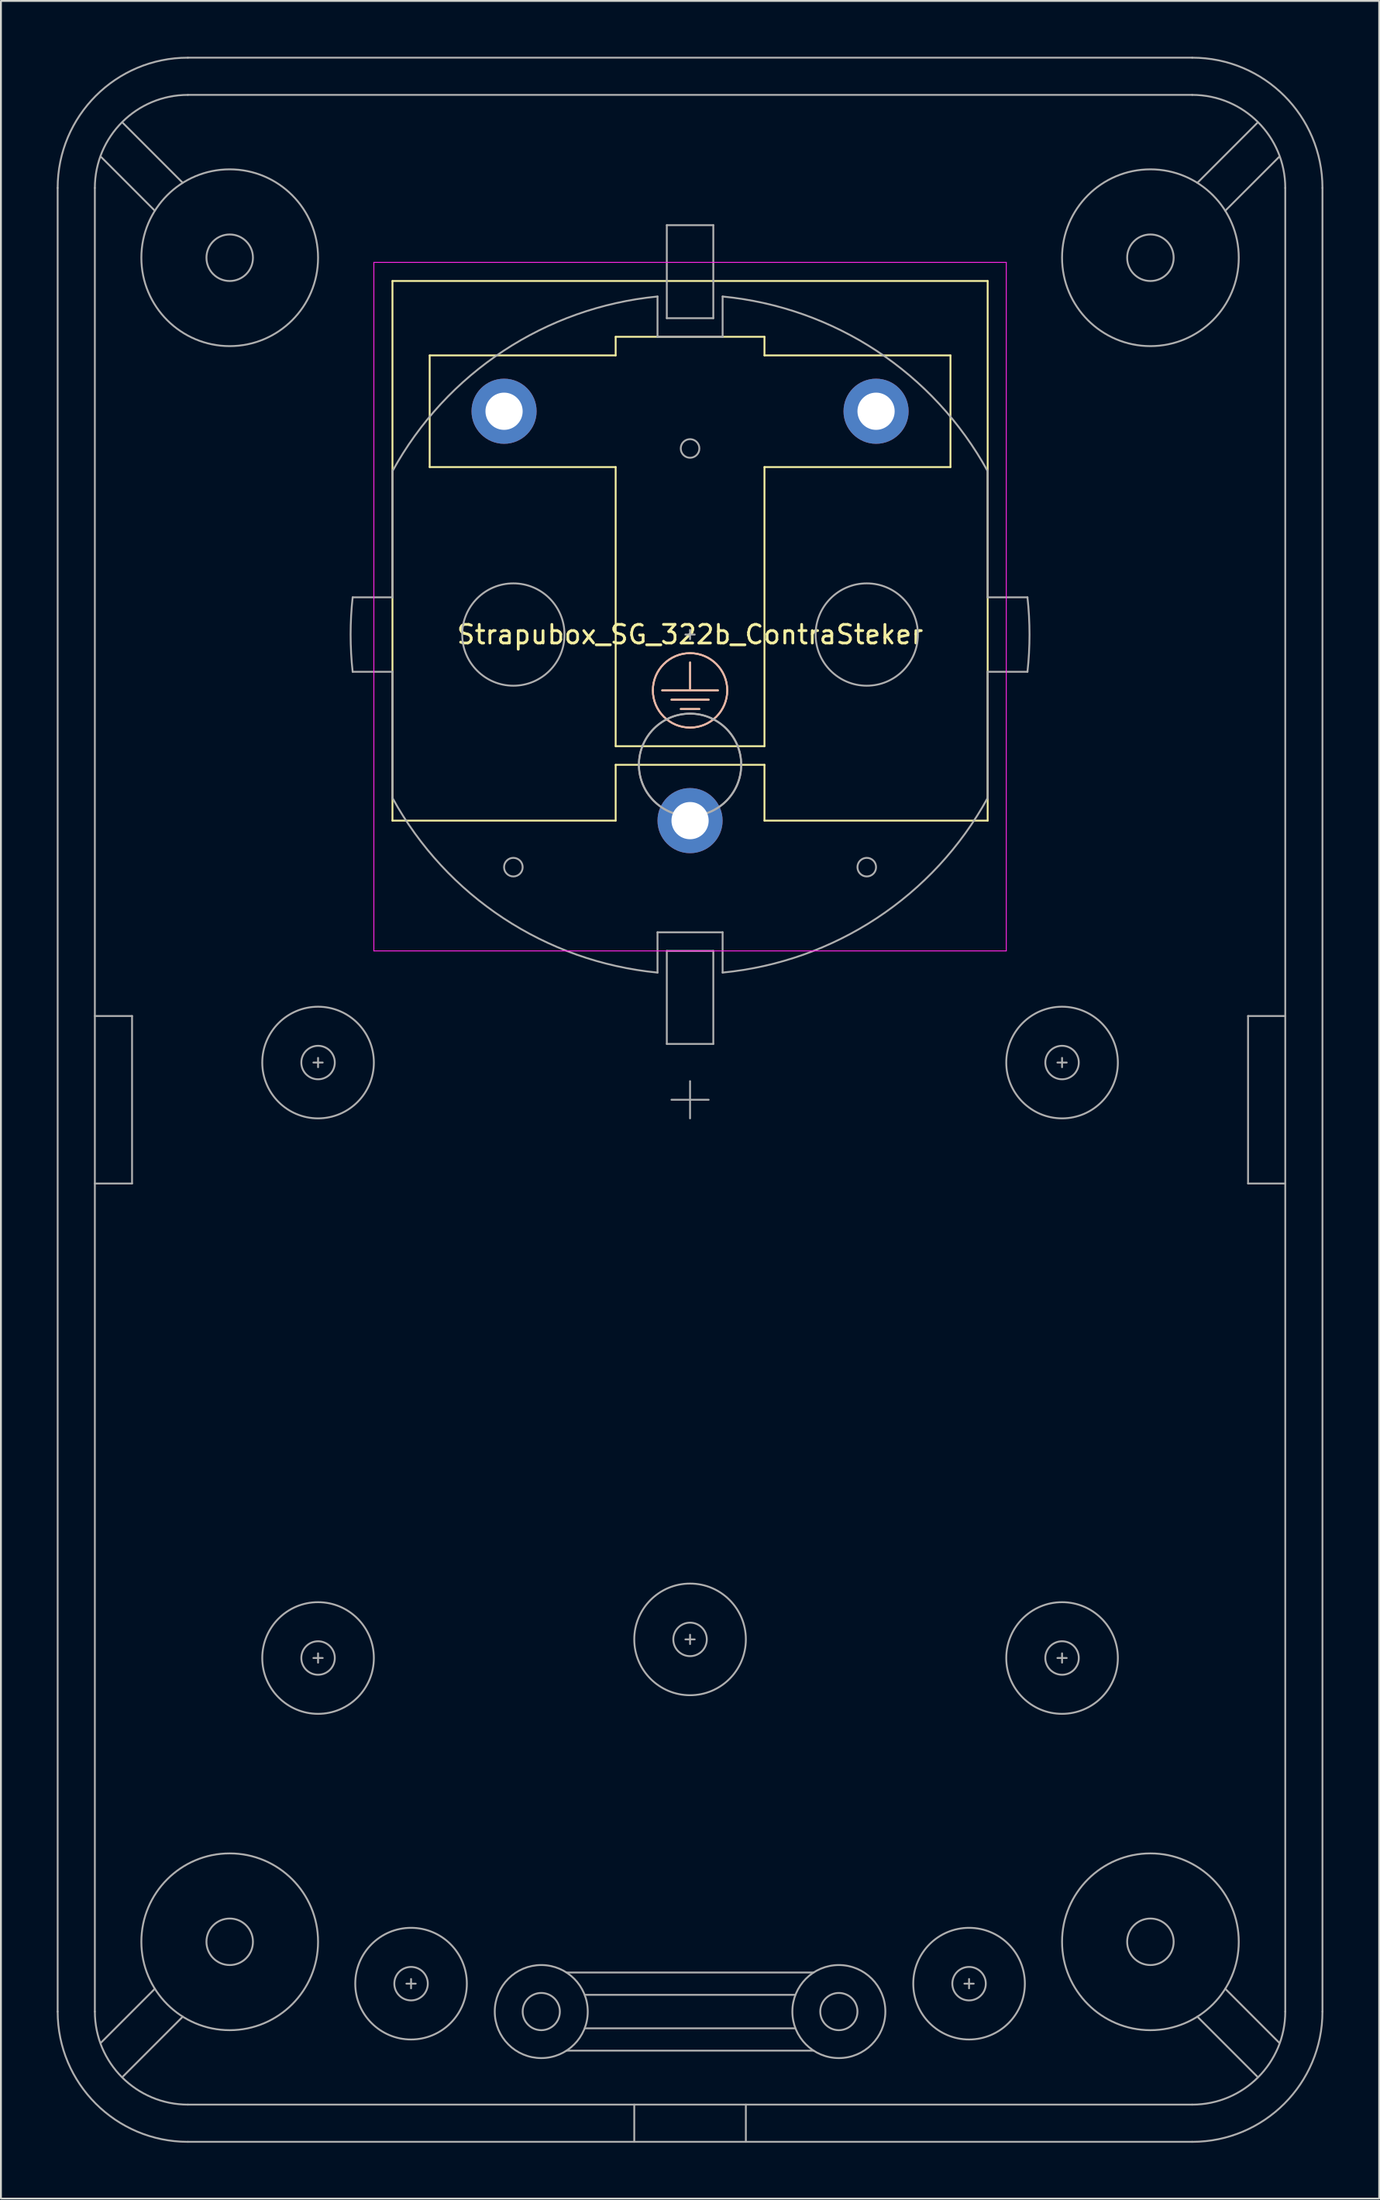
<source format=kicad_pcb>
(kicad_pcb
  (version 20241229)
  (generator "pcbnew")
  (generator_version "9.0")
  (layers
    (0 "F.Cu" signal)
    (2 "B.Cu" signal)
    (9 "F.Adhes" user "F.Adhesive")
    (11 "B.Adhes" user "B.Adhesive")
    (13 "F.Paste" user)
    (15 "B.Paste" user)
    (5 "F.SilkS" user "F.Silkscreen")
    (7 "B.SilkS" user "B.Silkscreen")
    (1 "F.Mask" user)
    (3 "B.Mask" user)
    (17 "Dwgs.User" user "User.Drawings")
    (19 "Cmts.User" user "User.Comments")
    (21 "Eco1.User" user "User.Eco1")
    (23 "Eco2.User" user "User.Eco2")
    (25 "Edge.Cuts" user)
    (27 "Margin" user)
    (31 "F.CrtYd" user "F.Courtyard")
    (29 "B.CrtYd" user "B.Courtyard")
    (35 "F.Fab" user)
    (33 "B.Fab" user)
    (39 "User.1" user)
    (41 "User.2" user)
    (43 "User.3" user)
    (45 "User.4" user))
  (footprint "Strapubox_SG_322b_ContraSteker"
    (layer "F.Cu")
    (at 34.05 31.05)
    (property "Reference" "Strapubox_SG_322b_ContraSteker" (at 0 0 0) (layer "F.SilkS") (effects (font (size 1 1) (thickness 0.15))))
    (attr through_hole)
    (fp_line (start -16 -19) (end 16 -19) (stroke (width 0.1) (type solid)) (layer "F.SilkS"))
    (fp_line (start -16 10) (end -16 -19) (stroke (width 0.1) (type solid)) (layer "F.SilkS"))
    (fp_line (start -16 10) (end -4 10) (stroke (width 0.1) (type solid)) (layer "F.SilkS"))
    (fp_line (start -14 -15) (end -14 -9) (stroke (width 0.1) (type solid)) (layer "F.SilkS"))
    (fp_line (start -14 -9) (end -4 -9) (stroke (width 0.1) (type solid)) (layer "F.SilkS"))
    (fp_line (start -4 -16) (end -4 -15) (stroke (width 0.1) (type solid)) (layer "F.SilkS"))
    (fp_line (start -4 -15) (end -14 -15) (stroke (width 0.1) (type solid)) (layer "F.SilkS"))
    (fp_line (start -4 -9) (end -4 6) (stroke (width 0.1) (type solid)) (layer "F.SilkS"))
    (fp_line (start -4 6) (end 4 6) (stroke (width 0.1) (type solid)) (layer "F.SilkS"))
    (fp_line (start -4 7) (end -4 10) (stroke (width 0.1) (type solid)) (layer "F.SilkS"))
    (fp_line (start -4 7) (end 4 7) (stroke (width 0.1) (type solid)) (layer "F.SilkS"))
    (fp_line (start -1.5 3) (end 1.5 3) (stroke (width 0.1) (type solid)) (layer "F.SilkS"))
    (fp_line (start -1 3.5) (end 1 3.5) (stroke (width 0.1) (type solid)) (layer "F.SilkS"))
    (fp_line (start -0.5 4) (end 0.5 4) (stroke (width 0.1) (type solid)) (layer "F.SilkS"))
    (fp_line (start 0 3) (end 0 1.5) (stroke (width 0.1) (type solid)) (layer "F.SilkS"))
    (fp_line (start 4 -16) (end -4 -16) (stroke (width 0.1) (type solid)) (layer "F.SilkS"))
    (fp_line (start 4 -15) (end 4 -16) (stroke (width 0.1) (type solid)) (layer "F.SilkS"))
    (fp_line (start 4 -9) (end 14 -9) (stroke (width 0.1) (type solid)) (layer "F.SilkS"))
    (fp_line (start 4 6) (end 4 -9) (stroke (width 0.1) (type solid)) (layer "F.SilkS"))
    (fp_line (start 4 7) (end 4 10) (stroke (width 0.1) (type solid)) (layer "F.SilkS"))
    (fp_line (start 4 10) (end 16 10) (stroke (width 0.1) (type solid)) (layer "F.SilkS"))
    (fp_line (start 14 -15) (end 4 -15) (stroke (width 0.1) (type solid)) (layer "F.SilkS"))
    (fp_line (start 14 -9) (end 14 -15) (stroke (width 0.1) (type solid)) (layer "F.SilkS"))
    (fp_line (start 16 -19) (end 16 10) (stroke (width 0.1) (type solid)) (layer "F.SilkS"))
    (fp_circle (center 0 3) (end 2 3) (stroke (width 0.1) (type solid)) (fill no) (layer "F.SilkS"))
    (fp_line (start -1.5 3) (end 1.5 3) (stroke (width 0.1) (type solid)) (layer "B.SilkS"))
    (fp_line (start -1 3.5) (end 1 3.5) (stroke (width 0.1) (type solid)) (layer "B.SilkS"))
    (fp_line (start -0.5 4) (end 0.5 4) (stroke (width 0.1) (type solid)) (layer "B.SilkS"))
    (fp_line (start 0 3) (end 0 1.5) (stroke (width 0.1) (type solid)) (layer "B.SilkS"))
    (fp_circle (center 0 3) (end 2 3) (stroke (width 0.1) (type solid)) (fill no) (layer "B.SilkS"))
    (fp_line (start -17 -20) (end 17 -20) (stroke (width 0.05) (type solid)) (layer "F.CrtYd"))
    (fp_line (start -17 17) (end -17 -20) (stroke (width 0.05) (type solid)) (layer "F.CrtYd"))
    (fp_line (start -17 17) (end 17 17) (stroke (width 0.05) (type solid)) (layer "F.CrtYd"))
    (fp_line (start 17 -20) (end 17 17) (stroke (width 0.05) (type solid)) (layer "F.CrtYd"))
    (fp_line (start -34 74) (end -34 -24) (stroke (width 0.1) (type solid)) (layer "F.Fab"))
    (fp_line (start -32 -24) (end -32 74) (stroke (width 0.1) (type solid)) (layer "F.Fab"))
    (fp_line (start -32 20.5) (end -30 20.5) (stroke (width 0.1) (type solid)) (layer "F.Fab"))
    (fp_line (start -30 20.5) (end -30 29.5) (stroke (width 0.1) (type solid)) (layer "F.Fab"))
    (fp_line (start -30 29.5) (end -32 29.5) (stroke (width 0.1) (type solid)) (layer "F.Fab"))
    (fp_line (start -28.775 -22.775) (end -31.675 -25.675) (stroke (width 0.1) (type solid)) (layer "F.Fab"))
    (fp_line (start -28.775 72.775) (end -31.675 75.675) (stroke (width 0.1) (type solid)) (layer "F.Fab"))
    (fp_line (start -27.275 -24.275) (end -30.525 -27.525) (stroke (width 0.1) (type solid)) (layer "F.Fab"))
    (fp_line (start -27.275 74.275) (end -30.525 77.525) (stroke (width 0.1) (type solid)) (layer "F.Fab"))
    (fp_line (start -20 23.25) (end -20 22.75) (stroke (width 0.1) (type solid)) (layer "F.Fab"))
    (fp_line (start -20 55.25) (end -20 54.75) (stroke (width 0.1) (type solid)) (layer "F.Fab"))
    (fp_line (start -19.75 23) (end -20.25 23) (stroke (width 0.1) (type solid)) (layer "F.Fab"))
    (fp_line (start -19.75 55) (end -20.25 55) (stroke (width 0.1) (type solid)) (layer "F.Fab"))
    (fp_line (start -18.14 -2) (end -16 -2) (stroke (width 0.1) (type solid)) (layer "F.Fab"))
    (fp_line (start -18.14 2) (end -16 2) (stroke (width 0.1) (type solid)) (layer "F.Fab"))
    (fp_line (start -16 -8.779) (end -16 -2) (stroke (width 0.1) (type solid)) (layer "F.Fab"))
    (fp_line (start -16 2) (end -16 8.779) (stroke (width 0.1) (type solid)) (layer "F.Fab"))
    (fp_line (start -15 72.75) (end -15 72.25) (stroke (width 0.1) (type solid)) (layer "F.Fab"))
    (fp_line (start -14.75 72.5) (end -15.25 72.5) (stroke (width 0.1) (type solid)) (layer "F.Fab"))
    (fp_line (start -6.64 71.9) (end 6.64 71.9) (stroke (width 0.1) (type solid)) (layer "F.Fab"))
    (fp_line (start -6.64 76.1) (end 6.64 76.1) (stroke (width 0.1) (type solid)) (layer "F.Fab"))
    (fp_line (start -5.65 73.1) (end 5.65 73.1) (stroke (width 0.1) (type solid)) (layer "F.Fab"))
    (fp_line (start -5.65 74.9) (end 5.65 74.9) (stroke (width 0.1) (type solid)) (layer "F.Fab"))
    (fp_line (start -3 81) (end -3 79) (stroke (width 0.1) (type solid)) (layer "F.Fab"))
    (fp_line (start -1.75 -16) (end -1.75 -18.166) (stroke (width 0.1) (type solid)) (layer "F.Fab"))
    (fp_line (start -1.75 16) (end -1.75 18.166) (stroke (width 0.1) (type solid)) (layer "F.Fab"))
    (fp_line (start -1.75 16) (end 1.75 16) (stroke (width 0.1) (type solid)) (layer "F.Fab"))
    (fp_line (start -1.25 -22) (end -1.25 -17) (stroke (width 0.1) (type solid)) (layer "F.Fab"))
    (fp_line (start -1.25 -22) (end 1.25 -22) (stroke (width 0.1) (type solid)) (layer "F.Fab"))
    (fp_line (start -1.25 -17) (end 1.25 -17) (stroke (width 0.1) (type solid)) (layer "F.Fab"))
    (fp_line (start -1.25 17) (end -1.25 22) (stroke (width 0.1) (type solid)) (layer "F.Fab"))
    (fp_line (start -1.25 17) (end 1.25 17) (stroke (width 0.1) (type solid)) (layer "F.Fab"))
    (fp_line (start -1.25 22) (end 1.25 22) (stroke (width 0.1) (type solid)) (layer "F.Fab"))
    (fp_line (start 0 0.25) (end 0 -0.25) (stroke (width 0.1) (type solid)) (layer "F.Fab"))
    (fp_line (start 0 26) (end 0 24) (stroke (width 0.1) (type solid)) (layer "F.Fab"))
    (fp_line (start 0 54.25) (end 0 53.75) (stroke (width 0.1) (type solid)) (layer "F.Fab"))
    (fp_line (start 0.25 0) (end -0.25 0) (stroke (width 0.1) (type solid)) (layer "F.Fab"))
    (fp_line (start 0.25 54) (end -0.25 54) (stroke (width 0.1) (type solid)) (layer "F.Fab"))
    (fp_line (start 1 25) (end -1 25) (stroke (width 0.1) (type solid)) (layer "F.Fab"))
    (fp_line (start 1.25 -22) (end 1.25 -17) (stroke (width 0.1) (type solid)) (layer "F.Fab"))
    (fp_line (start 1.25 17) (end 1.25 22) (stroke (width 0.1) (type solid)) (layer "F.Fab"))
    (fp_line (start 1.75 -16) (end -1.75 -16) (stroke (width 0.1) (type solid)) (layer "F.Fab"))
    (fp_line (start 1.75 -16) (end 1.75 -18.166) (stroke (width 0.1) (type solid)) (layer "F.Fab"))
    (fp_line (start 1.75 16) (end 1.75 18.166) (stroke (width 0.1) (type solid)) (layer "F.Fab"))
    (fp_line (start 3 81) (end 3 79) (stroke (width 0.1) (type solid)) (layer "F.Fab"))
    (fp_line (start 15 72.75) (end 15 72.25) (stroke (width 0.1) (type solid)) (layer "F.Fab"))
    (fp_line (start 15.25 72.5) (end 14.75 72.5) (stroke (width 0.1) (type solid)) (layer "F.Fab"))
    (fp_line (start 16 -2) (end 16 -8.779) (stroke (width 0.1) (type solid)) (layer "F.Fab"))
    (fp_line (start 16 8.779) (end 16 2) (stroke (width 0.1) (type solid)) (layer "F.Fab"))
    (fp_line (start 18.14 -2) (end 16 -2) (stroke (width 0.1) (type solid)) (layer "F.Fab"))
    (fp_line (start 18.14 2) (end 16 2) (stroke (width 0.1) (type solid)) (layer "F.Fab"))
    (fp_line (start 20 23.25) (end 20 22.75) (stroke (width 0.1) (type solid)) (layer "F.Fab"))
    (fp_line (start 20 55.25) (end 20 54.75) (stroke (width 0.1) (type solid)) (layer "F.Fab"))
    (fp_line (start 20.25 23) (end 19.75 23) (stroke (width 0.1) (type solid)) (layer "F.Fab"))
    (fp_line (start 20.25 55) (end 19.75 55) (stroke (width 0.1) (type solid)) (layer "F.Fab"))
    (fp_line (start 27 -31) (end -27 -31) (stroke (width 0.1) (type solid)) (layer "F.Fab"))
    (fp_line (start 27 -29) (end -27 -29) (stroke (width 0.1) (type solid)) (layer "F.Fab"))
    (fp_line (start 27 79) (end -27 79) (stroke (width 0.1) (type solid)) (layer "F.Fab"))
    (fp_line (start 27 81) (end -27 81) (stroke (width 0.1) (type solid)) (layer "F.Fab"))
    (fp_line (start 27.275 -24.275) (end 30.525 -27.525) (stroke (width 0.1) (type solid)) (layer "F.Fab"))
    (fp_line (start 27.275 74.275) (end 30.525 77.525) (stroke (width 0.1) (type solid)) (layer "F.Fab"))
    (fp_line (start 28.775 -22.775) (end 31.675 -25.675) (stroke (width 0.1) (type solid)) (layer "F.Fab"))
    (fp_line (start 28.775 72.775) (end 31.675 75.675) (stroke (width 0.1) (type solid)) (layer "F.Fab"))
    (fp_line (start 30 20.5) (end 32 20.5) (stroke (width 0.1) (type solid)) (layer "F.Fab"))
    (fp_line (start 30 29.5) (end 30 20.5) (stroke (width 0.1) (type solid)) (layer "F.Fab"))
    (fp_line (start 32 29.5) (end 30 29.5) (stroke (width 0.1) (type solid)) (layer "F.Fab"))
    (fp_line (start 32 74) (end 32 -24) (stroke (width 0.1) (type solid)) (layer "F.Fab"))
    (fp_line (start 34 -24) (end 34 74) (stroke (width 0.1) (type solid)) (layer "F.Fab"))
    (fp_arc (start -34 -24) (mid -31.949747 -28.949747) (end -27 -31) (stroke (width 0.1) (type solid)) (layer "F.Fab"))
    (fp_arc (start -32 -24) (mid -30.535534 -27.535534) (end -27 -29) (stroke (width 0.1) (type solid)) (layer "F.Fab"))
    (fp_arc (start -27 79) (mid -30.535534 77.535534) (end -32 74) (stroke (width 0.1) (type solid)) (layer "F.Fab"))
    (fp_arc (start -27 81) (mid -31.949747 78.949747) (end -34 74) (stroke (width 0.1) (type solid)) (layer "F.Fab"))
    (fp_arc (start -18.140094 1.999869) (mid -18.25 0) (end -18.140094 -1.999869) (stroke (width 0.1) (type solid)) (layer "F.Fab"))
    (fp_arc (start -16 -8.778524) (mid -10.039707 -15.2403) (end -1.749927 -18.165909) (stroke (width 0.1) (type solid)) (layer "F.Fab"))
    (fp_arc (start -1.750072 18.165895) (mid -10.039768 15.240261) (end -16 8.778524) (stroke (width 0.1) (type solid)) (layer "F.Fab"))
    (fp_arc (start 1.750072 -18.165895) (mid 10.039768 -15.240261) (end 16 -8.778524) (stroke (width 0.1) (type solid)) (layer "F.Fab"))
    (fp_arc (start 16 8.778524) (mid 10.039707 15.2403) (end 1.749927 18.165909) (stroke (width 0.1) (type solid)) (layer "F.Fab"))
    (fp_arc (start 18.140094 -1.999869) (mid 18.25 0) (end 18.140094 1.999869) (stroke (width 0.1) (type solid)) (layer "F.Fab"))
    (fp_arc (start 27 -31) (mid 31.949747 -28.949747) (end 34 -24) (stroke (width 0.1) (type solid)) (layer "F.Fab"))
    (fp_arc (start 27 -29) (mid 30.535534 -27.535534) (end 32 -24) (stroke (width 0.1) (type solid)) (layer "F.Fab"))
    (fp_arc (start 32 74) (mid 30.535534 77.535534) (end 27 79) (stroke (width 0.1) (type solid)) (layer "F.Fab"))
    (fp_arc (start 34 74) (mid 31.949747 78.949747) (end 27 81) (stroke (width 0.1) (type solid)) (layer "F.Fab"))
    (fp_circle (center -24.75 -20.25) (end -29.5 -20.25) (stroke (width 0.1) (type solid)) (fill no) (layer "F.Fab"))
    (fp_circle (center -24.75 -20.25) (end -26 -20.25) (stroke (width 0.1) (type solid)) (fill no) (layer "F.Fab"))
    (fp_circle (center -24.75 70.25) (end -29.5 70.25) (stroke (width 0.1) (type solid)) (fill no) (layer "F.Fab"))
    (fp_circle (center -24.75 70.25) (end -26 70.25) (stroke (width 0.1) (type solid)) (fill no) (layer "F.Fab"))
    (fp_circle (center -20 23) (end -23 23) (stroke (width 0.1) (type solid)) (fill no) (layer "F.Fab"))
    (fp_circle (center -20 23) (end -20.9 23) (stroke (width 0.1) (type solid)) (fill no) (layer "F.Fab"))
    (fp_circle (center -20 55) (end -23 55) (stroke (width 0.1) (type solid)) (fill no) (layer "F.Fab"))
    (fp_circle (center -20 55) (end -20.9 55) (stroke (width 0.1) (type solid)) (fill no) (layer "F.Fab"))
    (fp_circle (center -15 72.5) (end -18 72.5) (stroke (width 0.1) (type solid)) (fill no) (layer "F.Fab"))
    (fp_circle (center -15 72.5) (end -15.9 72.5) (stroke (width 0.1) (type solid)) (fill no) (layer "F.Fab"))
    (fp_circle (center -9.5 0) (end -12.25 0) (stroke (width 0.1) (type solid)) (fill no) (layer "F.Fab"))
    (fp_circle (center -9.5 12.5) (end -10 12.5) (stroke (width 0.1) (type solid)) (fill no) (layer "F.Fab"))
    (fp_circle (center -8 74) (end -9 74) (stroke (width 0.1) (type solid)) (fill no) (layer "F.Fab"))
    (fp_circle (center -8 74) (end -5.5 74) (stroke (width 0.1) (type solid)) (fill no) (layer "F.Fab"))
    (fp_circle (center 0 -10) (end -0.5 -10) (stroke (width 0.1) (type solid)) (fill no) (layer "F.Fab"))
    (fp_circle (center 0 7) (end -2.75 7) (stroke (width 0.1) (type solid)) (fill no) (layer "F.Fab"))
    (fp_circle (center 0 7) (end -2.75 7) (stroke (width 0.1) (type solid)) (fill no) (layer "F.Fab"))
    (fp_circle (center 0 54) (end -3 54) (stroke (width 0.1) (type solid)) (fill no) (layer "F.Fab"))
    (fp_circle (center 0 54) (end -0.9 54) (stroke (width 0.1) (type solid)) (fill no) (layer "F.Fab"))
    (fp_circle (center 8 74) (end 7 74) (stroke (width 0.1) (type solid)) (fill no) (layer "F.Fab"))
    (fp_circle (center 8 74) (end 10.5 74) (stroke (width 0.1) (type solid)) (fill no) (layer "F.Fab"))
    (fp_circle (center 9.5 0) (end 6.75 0) (stroke (width 0.1) (type solid)) (fill no) (layer "F.Fab"))
    (fp_circle (center 9.5 12.5) (end 9 12.5) (stroke (width 0.1) (type solid)) (fill no) (layer "F.Fab"))
    (fp_circle (center 15 72.5) (end 12 72.5) (stroke (width 0.1) (type solid)) (fill no) (layer "F.Fab"))
    (fp_circle (center 15 72.5) (end 14.1 72.5) (stroke (width 0.1) (type solid)) (fill no) (layer "F.Fab"))
    (fp_circle (center 20 23) (end 17 23) (stroke (width 0.1) (type solid)) (fill no) (layer "F.Fab"))
    (fp_circle (center 20 23) (end 19.1 23) (stroke (width 0.1) (type solid)) (fill no) (layer "F.Fab"))
    (fp_circle (center 20 55) (end 17 55) (stroke (width 0.1) (type solid)) (fill no) (layer "F.Fab"))
    (fp_circle (center 20 55) (end 19.1 55) (stroke (width 0.1) (type solid)) (fill no) (layer "F.Fab"))
    (fp_circle (center 24.75 -20.25) (end 20 -20.25) (stroke (width 0.1) (type solid)) (fill no) (layer "F.Fab"))
    (fp_circle (center 24.75 -20.25) (end 23.5 -20.25) (stroke (width 0.1) (type solid)) (fill no) (layer "F.Fab"))
    (fp_circle (center 24.75 70.25) (end 20 70.25) (stroke (width 0.1) (type solid)) (fill no) (layer "F.Fab"))
    (fp_circle (center 24.75 70.25) (end 23.5 70.25) (stroke (width 0.1) (type solid)) (fill no) (layer "F.Fab"))
    (pad "1" thru_hole circle (at -10 -12) (size 3.5 3.5) (drill 2) (layers "*.Cu" "*.Mask"))
    (pad "2" thru_hole circle (at 0 10) (size 3.5 3.5) (drill 2) (layers "*.Cu" "*.Mask"))
    (pad "3" thru_hole circle (at 10 -12) (size 3.5 3.5) (drill 2) (layers "*.Cu" "*.Mask")))
  (gr_rect
    (start -3 -3)
    (end 71.1 115.1)
    (stroke (width 0.1) (type default))
    (fill no)
    (layer "Edge.Cuts")))
</source>
